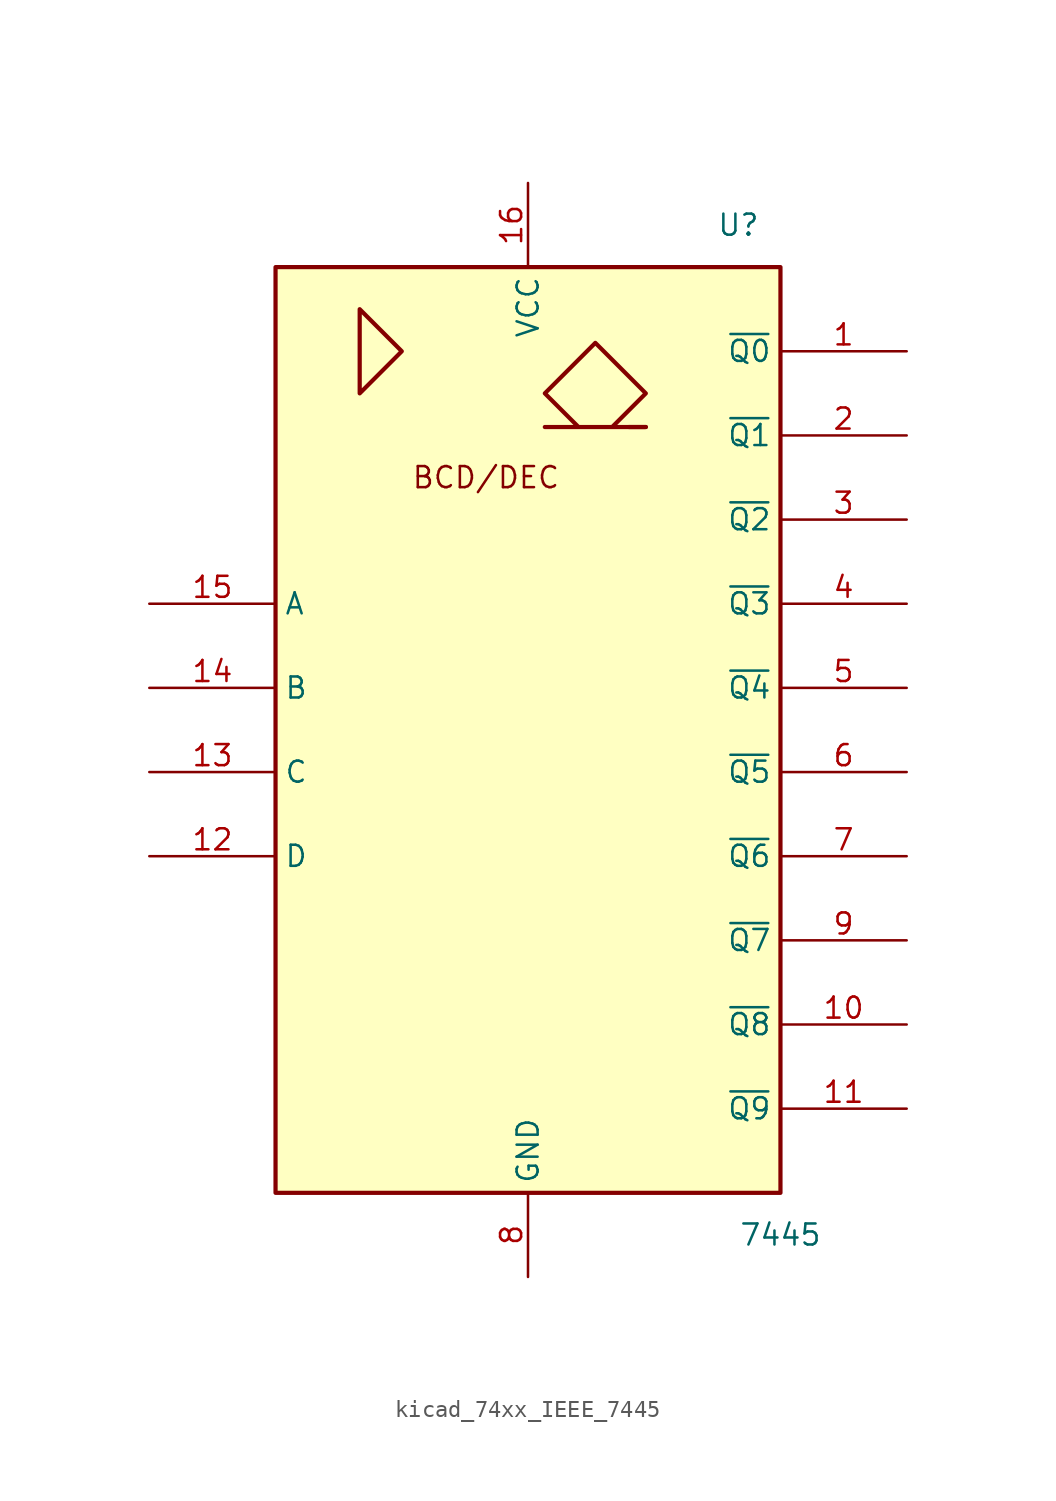
<source format=kicad_sym>
(kicad_symbol_lib
  (version 20220914)
  (generator kicad_symbol_editor)
  (symbol "kicad_74xx_IEEE_7445"
    (property "Reference" "U"
      (at 12.7 30.48 0)
      (effects (font (size 1.27 1.27))))
    (property "Value" "7445"
      (at 15.24 -30.48 0)
      (effects (font (size 1.27 1.27))))
    (symbol "kicad_74xx_IEEE_7445_0_0"
      (polyline (pts (xy 7.112 18.288) (xy 6.096 18.288) (xy 6.096 18.288)) (stroke (width 0.254) (type default)) (fill (type background)))
      (polyline (pts (xy -10.16 25.4) (xy -10.16 20.32) (xy -7.62 22.86) (xy -10.16 25.4) (xy -10.16 25.4)) (stroke (width 0.254) (type default)) (fill (type background)))
      (polyline (pts (xy 5.08 18.288) (xy 7.112 20.32) (xy 4.064 23.368) (xy 1.016 20.32) (xy 3.048 18.288) (xy 1.016 18.288) (xy 7.112 18.288)) (stroke (width 0.254) (type default)) (fill (type background)))
      (text "BCD/DEC" (at -2.54 15.24 0) (effects (font (size 1.27 1.27))))
      (pin power_in line (at 0 33.02 270) (length 5.08) (name "VCC" (effects (font (size 1.27 1.27)))) (number "16" (effects (font (size 1.27 1.27)))))
      (pin power_in line (at 0 -33.02 90) (length 5.08) (name "GND" (effects (font (size 1.27 1.27)))) (number "8" (effects (font (size 1.27 1.27))))))
    (symbol "kicad_74xx_IEEE_7445_0_1"
      (rectangle (start -15.24 27.94) (end 15.24 -27.94) (stroke (width 0.254) (type default)) (fill (type background))))
    (symbol "kicad_74xx_IEEE_7445_1_1"
      (pin open_collector line (at 22.86 22.86 180) (length 7.62) (name "~{Q0}" (effects (font (size 1.27 1.27)))) (number "1" (effects (font (size 1.27 1.27)))))
      (pin open_collector line (at 22.86 -17.78 180) (length 7.62) (name "~{Q8}" (effects (font (size 1.27 1.27)))) (number "10" (effects (font (size 1.27 1.27)))))
      (pin open_collector line (at 22.86 -22.86 180) (length 7.62) (name "~{Q9}" (effects (font (size 1.27 1.27)))) (number "11" (effects (font (size 1.27 1.27)))))
      (pin input line (at -22.86 -7.62 0) (length 7.62) (name "D" (effects (font (size 1.27 1.27)))) (number "12" (effects (font (size 1.27 1.27)))))
      (pin input line (at -22.86 -2.54 0) (length 7.62) (name "C" (effects (font (size 1.27 1.27)))) (number "13" (effects (font (size 1.27 1.27)))))
      (pin input line (at -22.86 2.54 0) (length 7.62) (name "B" (effects (font (size 1.27 1.27)))) (number "14" (effects (font (size 1.27 1.27)))))
      (pin input line (at -22.86 7.62 0) (length 7.62) (name "A" (effects (font (size 1.27 1.27)))) (number "15" (effects (font (size 1.27 1.27)))))
      (pin open_collector line (at 22.86 17.78 180) (length 7.62) (name "~{Q1}" (effects (font (size 1.27 1.27)))) (number "2" (effects (font (size 1.27 1.27)))))
      (pin open_collector line (at 22.86 12.7 180) (length 7.62) (name "~{Q2}" (effects (font (size 1.27 1.27)))) (number "3" (effects (font (size 1.27 1.27)))))
      (pin open_collector line (at 22.86 7.62 180) (length 7.62) (name "~{Q3}" (effects (font (size 1.27 1.27)))) (number "4" (effects (font (size 1.27 1.27)))))
      (pin open_collector line (at 22.86 2.54 180) (length 7.62) (name "~{Q4}" (effects (font (size 1.27 1.27)))) (number "5" (effects (font (size 1.27 1.27)))))
      (pin open_collector line (at 22.86 -2.54 180) (length 7.62) (name "~{Q5}" (effects (font (size 1.27 1.27)))) (number "6" (effects (font (size 1.27 1.27)))))
      (pin open_collector line (at 22.86 -7.62 180) (length 7.62) (name "~{Q6}" (effects (font (size 1.27 1.27)))) (number "7" (effects (font (size 1.27 1.27)))))
      (pin open_collector line (at 22.86 -12.7 180) (length 7.62) (name "~{Q7}" (effects (font (size 1.27 1.27)))) (number "9" (effects (font (size 1.27 1.27))))))))
</source>
